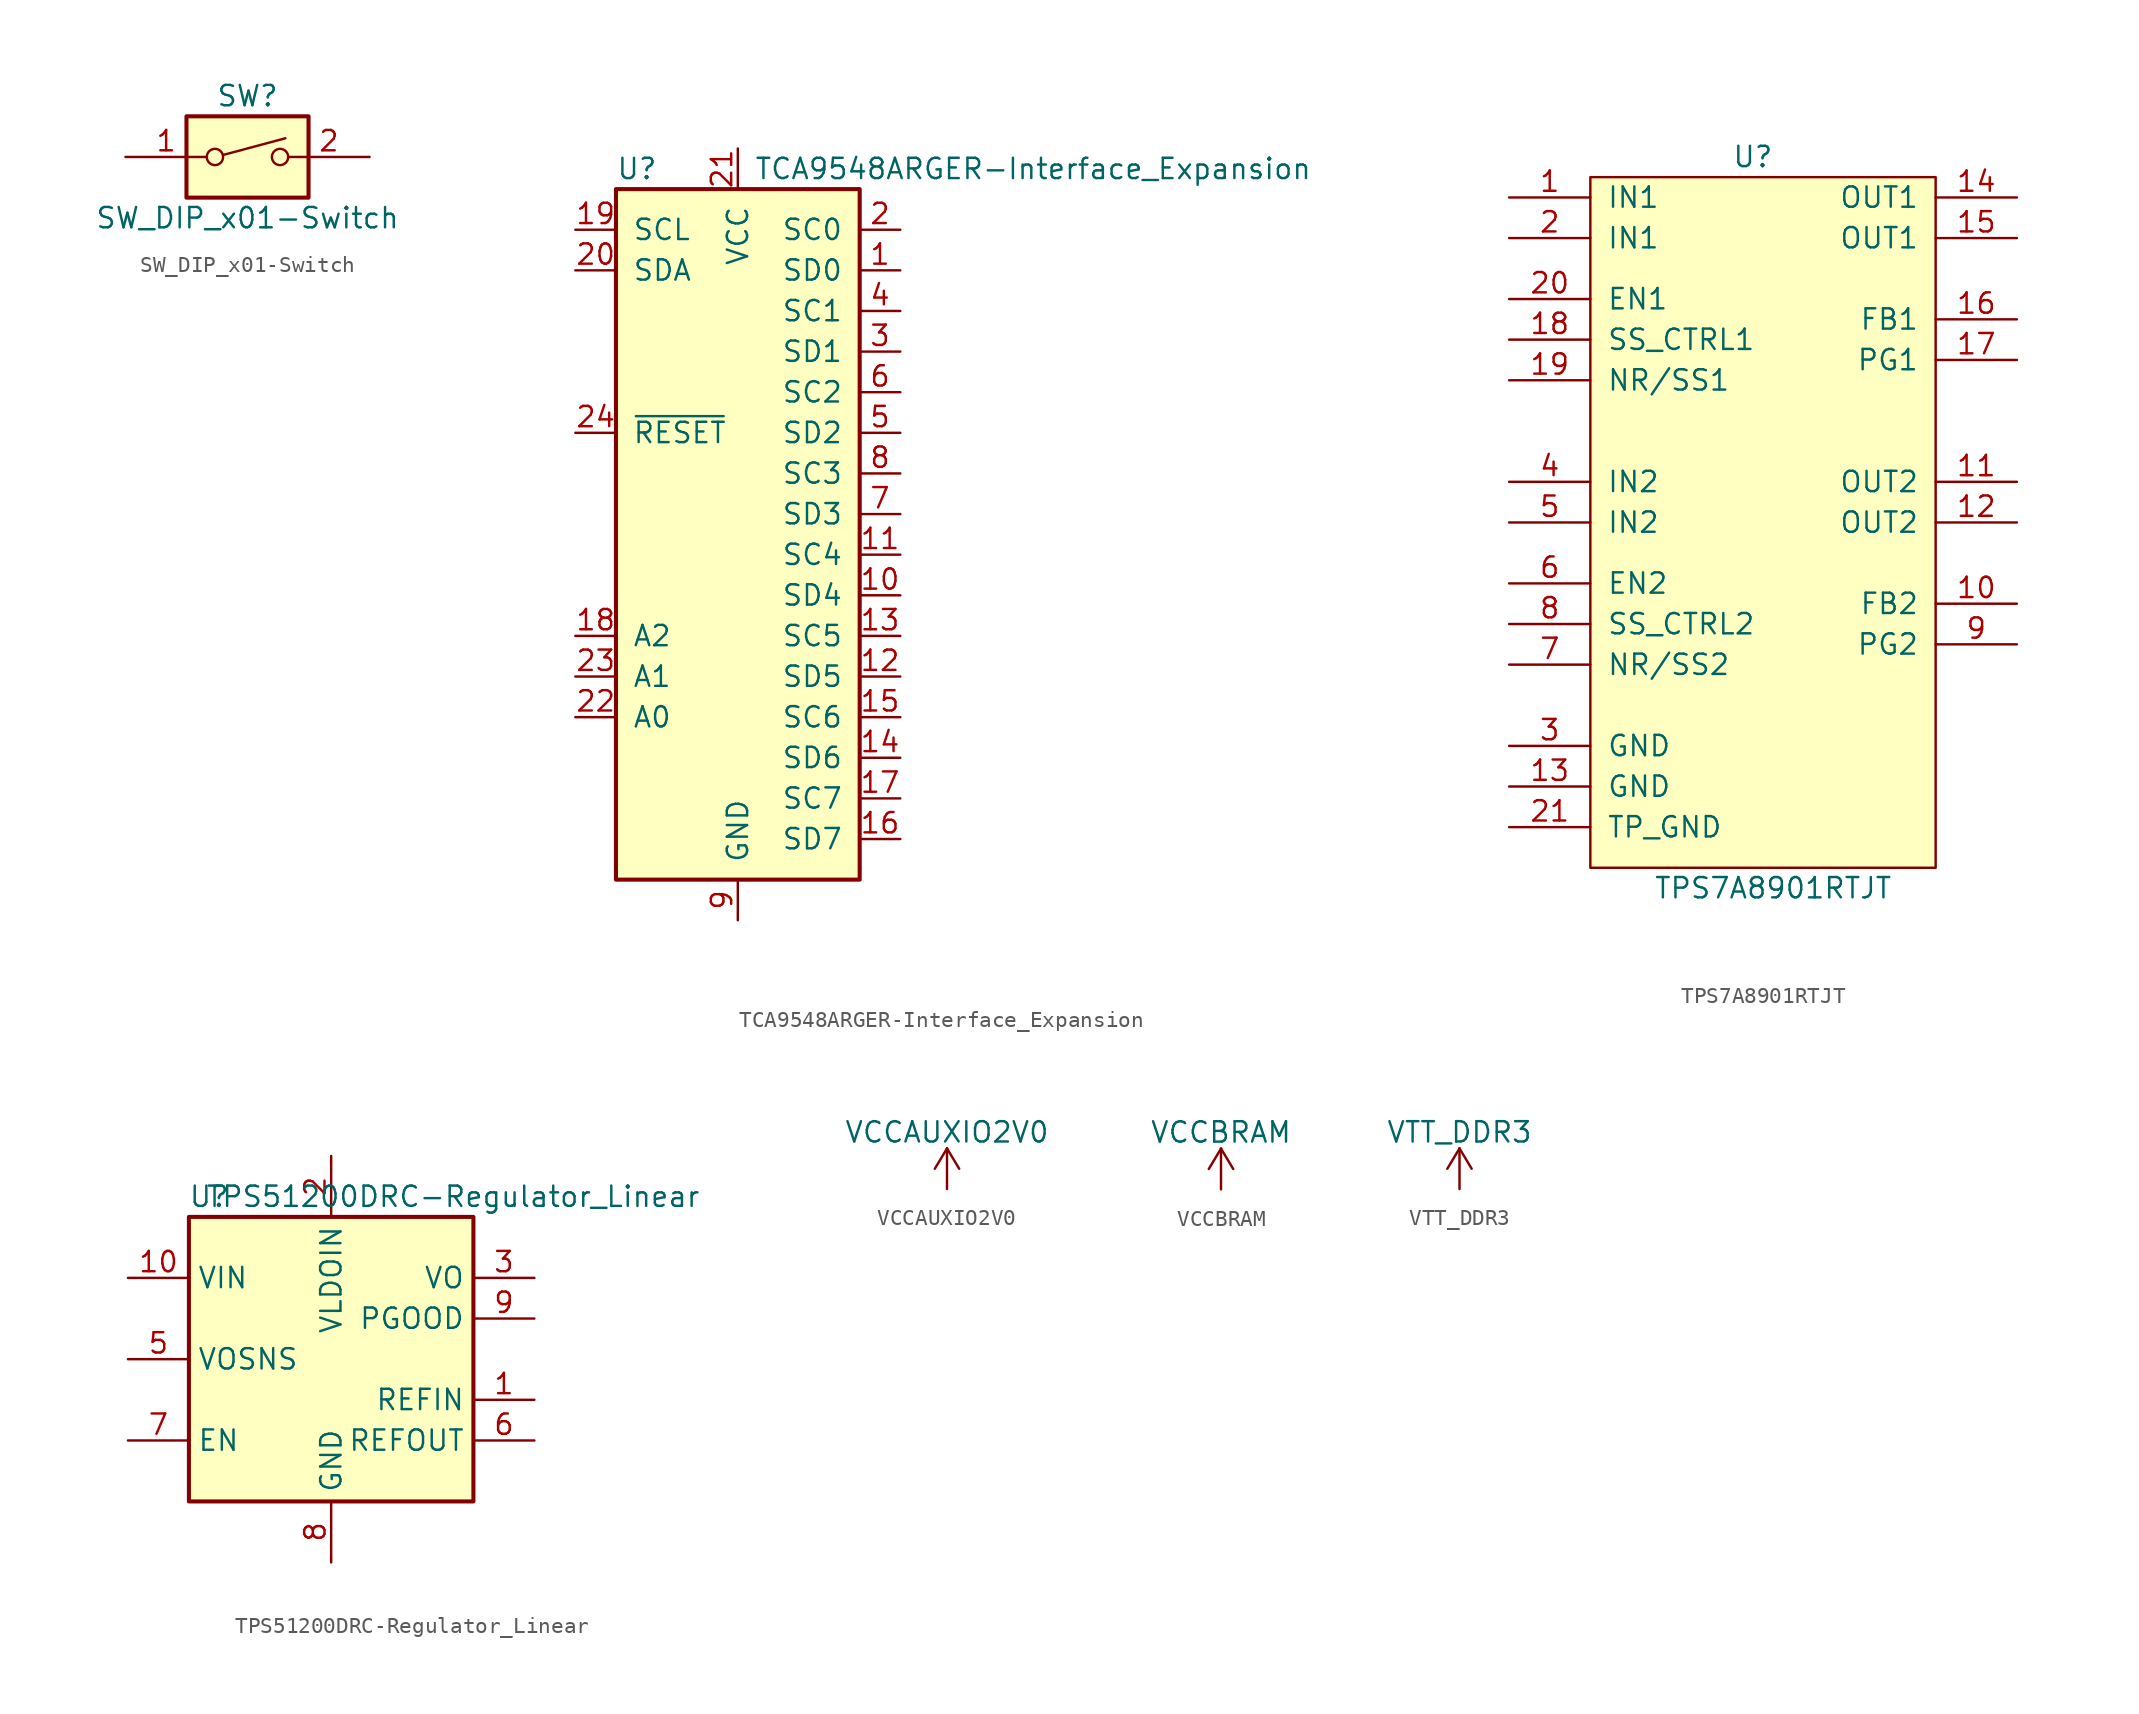
<source format=kicad_sym>
(kicad_symbol_lib
  (version 20211014)
  (generator kicad_symbol_editor)
  (symbol "SW_DIP_x01-Switch"
    (pin_names
      (offset 0) hide)
    (property "Reference" "SW"
      (at 0 3.81 0)
      (effects (font (size 1.27 1.27))))
    (property "Value" "SW_DIP_x01-Switch"
      (at 0 -3.81 0)
      (effects (font (size 1.27 1.27))))
    (symbol "SW_DIP_x01-Switch_0_0"
      (circle (center -2.032 0) (radius 0.508) (stroke (width 0) (type default) (color 0 0 0 0)) (fill (type none)))
      (polyline (pts (xy -1.524 0.127) (xy 2.362 1.168)) (stroke (width 0) (type default) (color 0 0 0 0)) (fill (type none)))
      (circle (center 2.032 0) (radius 0.508) (stroke (width 0) (type default) (color 0 0 0 0)) (fill (type none))))
    (symbol "SW_DIP_x01-Switch_0_1"
      (rectangle (start -3.81 2.54) (end 3.81 -2.54) (stroke (width 0.254) (type default) (color 0 0 0 0)) (fill (type background))))
    (symbol "SW_DIP_x01-Switch_1_1"
      (pin passive line (at -7.62 0 0) (length 5.08) (name "~" (effects (font (size 1.27 1.27)))) (number "1" (effects (font (size 1.27 1.27)))))
      (pin passive line (at 7.62 0 180) (length 5.08) (name "~" (effects (font (size 1.27 1.27)))) (number "2" (effects (font (size 1.27 1.27)))))))
  (symbol "TCA9548ARGER-Interface_Expansion"
    (pin_names
      (offset 1.016))
    (property "Reference" "U"
      (at -7.62 21.59 0)
      (effects (font (size 1.27 1.27)) (justify left)))
    (property "Value" "TCA9548ARGER-Interface_Expansion"
      (at 1.016 21.59 0)
      (effects (font (size 1.27 1.27)) (justify left)))
    (symbol "TCA9548ARGER-Interface_Expansion_0_1"
      (rectangle (start -7.62 20.32) (end 7.62 -22.86) (stroke (width 0.254) (type default) (color 0 0 0 0)) (fill (type background))))
    (symbol "TCA9548ARGER-Interface_Expansion_1_1"
      (pin bidirectional line (at 10.16 15.24 180) (length 2.54) (name "SD0" (effects (font (size 1.27 1.27)))) (number "1" (effects (font (size 1.27 1.27)))))
      (pin bidirectional line (at 10.16 -5.08 180) (length 2.54) (name "SD4" (effects (font (size 1.27 1.27)))) (number "10" (effects (font (size 1.27 1.27)))))
      (pin bidirectional line (at 10.16 -2.54 180) (length 2.54) (name "SC4" (effects (font (size 1.27 1.27)))) (number "11" (effects (font (size 1.27 1.27)))))
      (pin bidirectional line (at 10.16 -10.16 180) (length 2.54) (name "SD5" (effects (font (size 1.27 1.27)))) (number "12" (effects (font (size 1.27 1.27)))))
      (pin bidirectional line (at 10.16 -7.62 180) (length 2.54) (name "SC5" (effects (font (size 1.27 1.27)))) (number "13" (effects (font (size 1.27 1.27)))))
      (pin bidirectional line (at 10.16 -15.24 180) (length 2.54) (name "SD6" (effects (font (size 1.27 1.27)))) (number "14" (effects (font (size 1.27 1.27)))))
      (pin bidirectional line (at 10.16 -12.7 180) (length 2.54) (name "SC6" (effects (font (size 1.27 1.27)))) (number "15" (effects (font (size 1.27 1.27)))))
      (pin bidirectional line (at 10.16 -20.32 180) (length 2.54) (name "SD7" (effects (font (size 1.27 1.27)))) (number "16" (effects (font (size 1.27 1.27)))))
      (pin bidirectional line (at 10.16 -17.78 180) (length 2.54) (name "SC7" (effects (font (size 1.27 1.27)))) (number "17" (effects (font (size 1.27 1.27)))))
      (pin input line (at -10.16 -7.62 0) (length 2.54) (name "A2" (effects (font (size 1.27 1.27)))) (number "18" (effects (font (size 1.27 1.27)))))
      (pin bidirectional line (at -10.16 17.78 0) (length 2.54) (name "SCL" (effects (font (size 1.27 1.27)))) (number "19" (effects (font (size 1.27 1.27)))))
      (pin bidirectional line (at 10.16 17.78 180) (length 2.54) (name "SC0" (effects (font (size 1.27 1.27)))) (number "2" (effects (font (size 1.27 1.27)))))
      (pin bidirectional line (at -10.16 15.24 0) (length 2.54) (name "SDA" (effects (font (size 1.27 1.27)))) (number "20" (effects (font (size 1.27 1.27)))))
      (pin power_in line (at 0 22.86 270) (length 2.54) (name "VCC" (effects (font (size 1.27 1.27)))) (number "21" (effects (font (size 1.27 1.27)))))
      (pin input line (at -10.16 -12.7 0) (length 2.54) (name "A0" (effects (font (size 1.27 1.27)))) (number "22" (effects (font (size 1.27 1.27)))))
      (pin input line (at -10.16 -10.16 0) (length 2.54) (name "A1" (effects (font (size 1.27 1.27)))) (number "23" (effects (font (size 1.27 1.27)))))
      (pin input line (at -10.16 5.08 0) (length 2.54) (name "~{RESET}" (effects (font (size 1.27 1.27)))) (number "24" (effects (font (size 1.27 1.27)))))
      (pin no_connect line (at -7.62 -15.24 0) (length 2.54) hide (name "1EP" (effects (font (size 1.27 1.27)))) (number "25" (effects (font (size 1.27 1.27)))))
      (pin bidirectional line (at 10.16 10.16 180) (length 2.54) (name "SD1" (effects (font (size 1.27 1.27)))) (number "3" (effects (font (size 1.27 1.27)))))
      (pin bidirectional line (at 10.16 12.7 180) (length 2.54) (name "SC1" (effects (font (size 1.27 1.27)))) (number "4" (effects (font (size 1.27 1.27)))))
      (pin bidirectional line (at 10.16 5.08 180) (length 2.54) (name "SD2" (effects (font (size 1.27 1.27)))) (number "5" (effects (font (size 1.27 1.27)))))
      (pin bidirectional line (at 10.16 7.62 180) (length 2.54) (name "SC2" (effects (font (size 1.27 1.27)))) (number "6" (effects (font (size 1.27 1.27)))))
      (pin bidirectional line (at 10.16 0 180) (length 2.54) (name "SD3" (effects (font (size 1.27 1.27)))) (number "7" (effects (font (size 1.27 1.27)))))
      (pin bidirectional line (at 10.16 2.54 180) (length 2.54) (name "SC3" (effects (font (size 1.27 1.27)))) (number "8" (effects (font (size 1.27 1.27)))))
      (pin power_in line (at 0 -25.4 90) (length 2.54) (name "GND" (effects (font (size 1.27 1.27)))) (number "9" (effects (font (size 1.27 1.27)))))))
  (symbol "TPS7A8901RTJT"
    (pin_names
      (offset 1.016))
    (property "Reference" "U"
      (at 15.24 0 0)
      (effects (font (size 1.27 1.27))))
    (property "Value" "TPS7A8901RTJT"
      (at 16.51 -45.72 0)
      (effects (font (size 1.27 1.27))))
    (symbol "TPS7A8901RTJT_0_1"
      (rectangle (start 5.08 -1.27) (end 26.67 -44.45) (stroke (width 0) (type default) (color 0 0 0 0)) (fill (type background))))
    (symbol "TPS7A8901RTJT_1_1"
      (pin input line (at 0 -2.54 0) (length 5.08) (name "IN1" (effects (font (size 1.27 1.27)))) (number "1" (effects (font (size 1.27 1.27)))))
      (pin input line (at 31.75 -27.94 180) (length 5.08) (name "FB2" (effects (font (size 1.27 1.27)))) (number "10" (effects (font (size 1.27 1.27)))))
      (pin power_out line (at 31.75 -20.32 180) (length 5.08) (name "OUT2" (effects (font (size 1.27 1.27)))) (number "11" (effects (font (size 1.27 1.27)))))
      (pin passive line (at 31.75 -22.86 180) (length 5.08) (name "OUT2" (effects (font (size 1.27 1.27)))) (number "12" (effects (font (size 1.27 1.27)))))
      (pin input line (at 0 -39.37 0) (length 5.08) (name "GND" (effects (font (size 1.27 1.27)))) (number "13" (effects (font (size 1.27 1.27)))))
      (pin power_out line (at 31.75 -2.54 180) (length 5.08) (name "OUT1" (effects (font (size 1.27 1.27)))) (number "14" (effects (font (size 1.27 1.27)))))
      (pin passive line (at 31.75 -5.08 180) (length 5.08) (name "OUT1" (effects (font (size 1.27 1.27)))) (number "15" (effects (font (size 1.27 1.27)))))
      (pin input line (at 31.75 -10.16 180) (length 5.08) (name "FB1" (effects (font (size 1.27 1.27)))) (number "16" (effects (font (size 1.27 1.27)))))
      (pin output line (at 31.75 -12.7 180) (length 5.08) (name "PG1" (effects (font (size 1.27 1.27)))) (number "17" (effects (font (size 1.27 1.27)))))
      (pin input line (at 0 -11.43 0) (length 5.08) (name "SS_CTRL1" (effects (font (size 1.27 1.27)))) (number "18" (effects (font (size 1.27 1.27)))))
      (pin input line (at 0 -13.97 0) (length 5.08) (name "NR/SS1" (effects (font (size 1.27 1.27)))) (number "19" (effects (font (size 1.27 1.27)))))
      (pin input line (at 0 -5.08 0) (length 5.08) (name "IN1" (effects (font (size 1.27 1.27)))) (number "2" (effects (font (size 1.27 1.27)))))
      (pin input line (at 0 -8.89 0) (length 5.08) (name "EN1" (effects (font (size 1.27 1.27)))) (number "20" (effects (font (size 1.27 1.27)))))
      (pin input line (at 0 -41.91 0) (length 5.08) (name "TP_GND" (effects (font (size 1.27 1.27)))) (number "21" (effects (font (size 1.27 1.27)))))
      (pin input line (at 0 -36.83 0) (length 5.08) (name "GND" (effects (font (size 1.27 1.27)))) (number "3" (effects (font (size 1.27 1.27)))))
      (pin input line (at 0 -20.32 0) (length 5.08) (name "IN2" (effects (font (size 1.27 1.27)))) (number "4" (effects (font (size 1.27 1.27)))))
      (pin input line (at 0 -22.86 0) (length 5.08) (name "IN2" (effects (font (size 1.27 1.27)))) (number "5" (effects (font (size 1.27 1.27)))))
      (pin input line (at 0 -26.67 0) (length 5.08) (name "EN2" (effects (font (size 1.27 1.27)))) (number "6" (effects (font (size 1.27 1.27)))))
      (pin input line (at 0 -31.75 0) (length 5.08) (name "NR/SS2" (effects (font (size 1.27 1.27)))) (number "7" (effects (font (size 1.27 1.27)))))
      (pin input line (at 0 -29.21 0) (length 5.08) (name "SS_CTRL2" (effects (font (size 1.27 1.27)))) (number "8" (effects (font (size 1.27 1.27)))))
      (pin output line (at 31.75 -30.48 180) (length 5.08) (name "PG2" (effects (font (size 1.27 1.27)))) (number "9" (effects (font (size 1.27 1.27)))))))
  (symbol "TPS51200DRC-Regulator_Linear"
    (property "Reference" "U"
      (at -7.62 10.16 0)
      (effects (font (size 1.27 1.27))))
    (property "Value" "TPS51200DRC-Regulator_Linear"
      (at 7.62 10.16 0)
      (effects (font (size 1.27 1.27))))
    (symbol "TPS51200DRC-Regulator_Linear_0_1"
      (rectangle (start -8.89 -8.89) (end 8.89 8.89) (stroke (width 0.254) (type default) (color 0 0 0 0)) (fill (type background)))
      (pin input line (at 12.7 -2.54 180) (length 3.81) (name "REFIN" (effects (font (size 1.27 1.27)))) (number "1" (effects (font (size 1.27 1.27)))))
      (pin power_in line (at -12.7 5.08 0) (length 3.81) (name "VIN" (effects (font (size 1.27 1.27)))) (number "10" (effects (font (size 1.27 1.27)))))
      (pin passive line (at 0 -12.7 90) (length 3.81) hide (name "GND" (effects (font (size 1.27 1.27)))) (number "11" (effects (font (size 1.27 1.27)))))
      (pin power_in line (at 0 12.7 270) (length 3.81) (name "VLDOIN" (effects (font (size 1.27 1.27)))) (number "2" (effects (font (size 1.27 1.27)))))
      (pin power_out line (at 12.7 5.08 180) (length 3.81) (name "VO" (effects (font (size 1.27 1.27)))) (number "3" (effects (font (size 1.27 1.27)))))
      (pin passive line (at 0 -12.7 90) (length 3.81) hide (name "GND" (effects (font (size 1.27 1.27)))) (number "4" (effects (font (size 1.27 1.27)))))
      (pin input line (at -12.7 0 0) (length 3.81) (name "VOSNS" (effects (font (size 1.27 1.27)))) (number "5" (effects (font (size 1.27 1.27)))))
      (pin output line (at 12.7 -5.08 180) (length 3.81) (name "REFOUT" (effects (font (size 1.27 1.27)))) (number "6" (effects (font (size 1.27 1.27)))))
      (pin input line (at -12.7 -5.08 0) (length 3.81) (name "EN" (effects (font (size 1.27 1.27)))) (number "7" (effects (font (size 1.27 1.27)))))
      (pin power_in line (at 0 -12.7 90) (length 3.81) (name "GND" (effects (font (size 1.27 1.27)))) (number "8" (effects (font (size 1.27 1.27)))))
      (pin open_collector line (at 12.7 2.54 180) (length 3.81) (name "PGOOD" (effects (font (size 1.27 1.27)))) (number "9" (effects (font (size 1.27 1.27)))))))
  (symbol "VCCAUXIO2V0"
    (power)
    (pin_names
      (offset 0))
    (property "Reference" "#PWR"
      (at 0 -3.81 0)
      (effects (font (size 1.27 1.27)) hide))
    (property "Value" "VCCAUXIO2V0"
      (at 0 3.556 0)
      (effects (font (size 1.27 1.27))))
    (symbol "VCCAUXIO2V0_0_1"
      (polyline (pts (xy -0.762 1.27) (xy 0 2.54)) (stroke (width 0) (type default) (color 0 0 0 0)) (fill (type none)))
      (polyline (pts (xy 0 0) (xy 0 2.54)) (stroke (width 0) (type default) (color 0 0 0 0)) (fill (type none)))
      (polyline (pts (xy 0 2.54) (xy 0.762 1.27)) (stroke (width 0) (type default) (color 0 0 0 0)) (fill (type none))))
    (symbol "VCCAUXIO2V0_1_1"
      (pin power_in line (at 0 0 90) (length 0) hide (name "VCCAUXIO2V0" (effects (font (size 1.27 1.27)))) (number "1" (effects (font (size 1.27 1.27)))))))
  (symbol "VCCBRAM"
    (power)
    (pin_names
      (offset 0))
    (property "Reference" "#PWR"
      (at 0 -3.81 0)
      (effects (font (size 1.27 1.27)) hide))
    (property "Value" "VCCBRAM"
      (at 0 3.556 0)
      (effects (font (size 1.27 1.27))))
    (symbol "VCCBRAM_0_1"
      (polyline (pts (xy -0.762 1.27) (xy 0 2.54)) (stroke (width 0) (type default) (color 0 0 0 0)) (fill (type none)))
      (polyline (pts (xy 0 0) (xy 0 2.54)) (stroke (width 0) (type default) (color 0 0 0 0)) (fill (type none)))
      (polyline (pts (xy 0 2.54) (xy 0.762 1.27)) (stroke (width 0) (type default) (color 0 0 0 0)) (fill (type none))))
    (symbol "VCCBRAM_1_1"
      (pin power_in line (at 0 0 90) (length 0) hide (name "VCCBRAM" (effects (font (size 1.27 1.27)))) (number "1" (effects (font (size 1.27 1.27)))))))
  (symbol "VTT_DDR3"
    (power)
    (pin_names
      (offset 0))
    (property "Reference" "#PWR"
      (at 0 -3.81 0)
      (effects (font (size 1.27 1.27)) hide))
    (property "Value" "VTT_DDR3"
      (at 0 3.556 0)
      (effects (font (size 1.27 1.27))))
    (symbol "VTT_DDR3_0_1"
      (polyline (pts (xy -0.762 1.27) (xy 0 2.54)) (stroke (width 0) (type default) (color 0 0 0 0)) (fill (type none)))
      (polyline (pts (xy 0 0) (xy 0 2.54)) (stroke (width 0) (type default) (color 0 0 0 0)) (fill (type none)))
      (polyline (pts (xy 0 2.54) (xy 0.762 1.27)) (stroke (width 0) (type default) (color 0 0 0 0)) (fill (type none))))
    (symbol "VTT_DDR3_1_1"
      (pin power_in line (at 0 0 90) (length 0) hide (name "VTT_DDR3" (effects (font (size 1.27 1.27)))) (number "1" (effects (font (size 1.27 1.27))))))))
</source>
